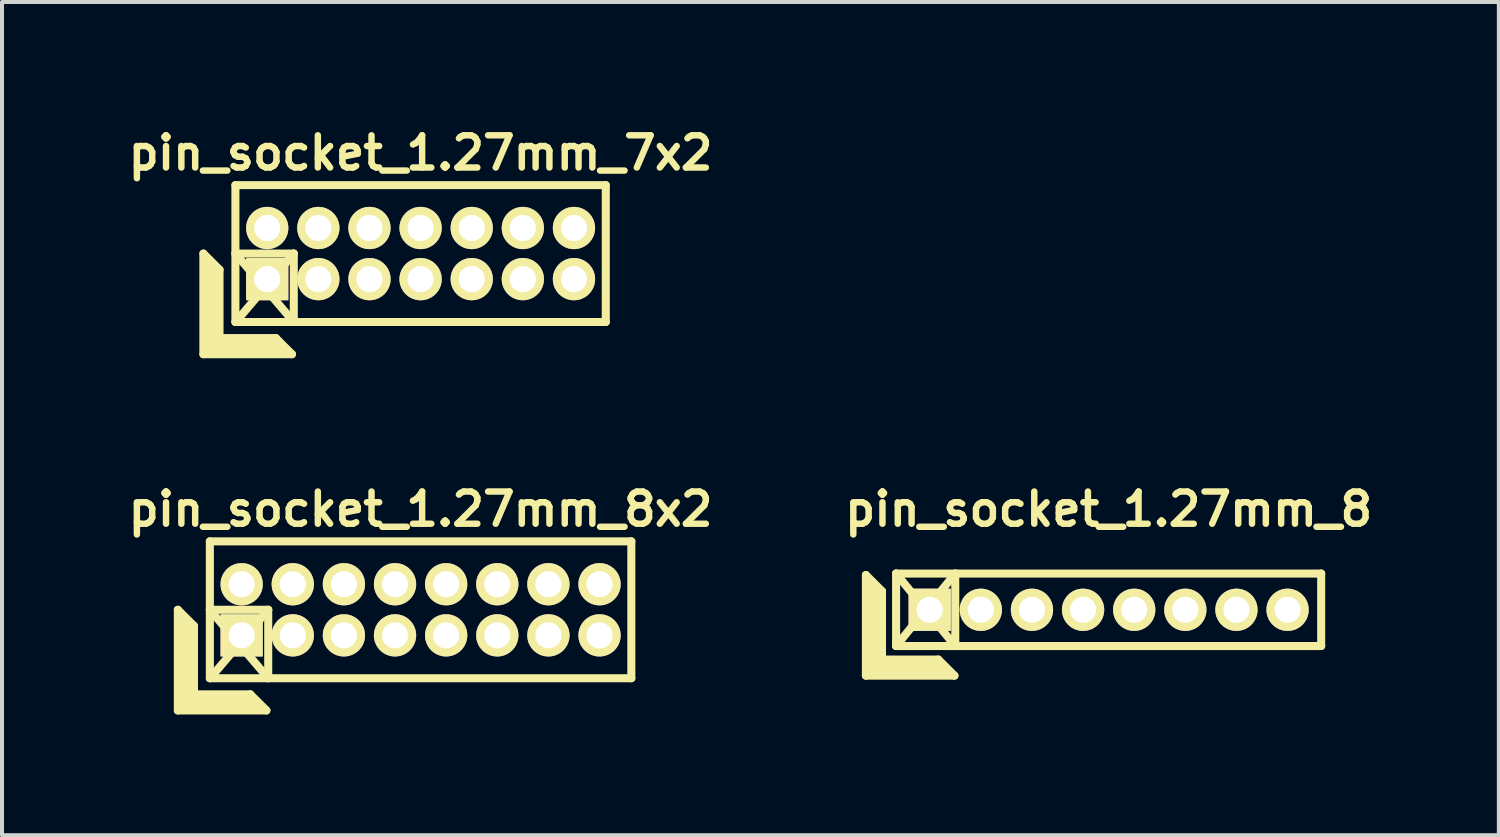
<source format=kicad_pcb>
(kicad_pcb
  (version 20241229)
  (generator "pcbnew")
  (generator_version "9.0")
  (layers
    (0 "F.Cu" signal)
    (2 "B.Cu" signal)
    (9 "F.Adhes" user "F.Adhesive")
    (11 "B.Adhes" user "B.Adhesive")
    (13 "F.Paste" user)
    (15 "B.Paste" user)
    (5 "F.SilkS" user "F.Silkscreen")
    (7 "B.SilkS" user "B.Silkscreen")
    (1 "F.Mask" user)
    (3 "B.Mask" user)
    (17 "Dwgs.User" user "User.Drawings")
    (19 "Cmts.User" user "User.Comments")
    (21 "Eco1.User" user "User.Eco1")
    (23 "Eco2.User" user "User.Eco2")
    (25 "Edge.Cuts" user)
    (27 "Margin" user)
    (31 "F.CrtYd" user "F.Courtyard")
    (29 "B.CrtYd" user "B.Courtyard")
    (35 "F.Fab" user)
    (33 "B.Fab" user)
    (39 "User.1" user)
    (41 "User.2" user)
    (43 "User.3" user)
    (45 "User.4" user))
  (footprint "pin_socket_1.27mm_8"
    (layer "F.Cu")
    (at 24.49 12.098)
    (property "Reference" "pin_socket_1.27mm_8" (at 0 -2.5 0) (layer "F.SilkS") (effects (font (size 0.8 0.8) (thickness 0.16))))
    (attr through_hole)
    (fp_line (start -6.03 -0.864) (end -6.03 1.636) (stroke (width 0.2) (type solid)) (layer "F.SilkS"))
    (fp_line (start -6.03 -0.864) (end -5.63 -0.464) (stroke (width 0.2) (type solid)) (layer "F.SilkS"))
    (fp_line (start -6.03 1.636) (end -3.83 1.636) (stroke (width 0.2) (type solid)) (layer "F.SilkS"))
    (fp_line (start -5.93 1.536) (end -5.93 -0.664) (stroke (width 0.2) (type solid)) (layer "F.SilkS"))
    (fp_line (start -5.93 1.536) (end -4.03 1.536) (stroke (width 0.2) (type solid)) (layer "F.SilkS"))
    (fp_line (start -5.83 1.436) (end -5.83 -0.564) (stroke (width 0.2) (type solid)) (layer "F.SilkS"))
    (fp_line (start -5.83 1.436) (end -4.13 1.436) (stroke (width 0.2) (type solid)) (layer "F.SilkS"))
    (fp_line (start -5.73 1.336) (end -5.73 -0.464) (stroke (width 0.2) (type solid)) (layer "F.SilkS"))
    (fp_line (start -5.73 1.336) (end -4.23 1.336) (stroke (width 0.2) (type solid)) (layer "F.SilkS"))
    (fp_line (start -5.63 1.236) (end -5.63 -0.464) (stroke (width 0.2) (type solid)) (layer "F.SilkS"))
    (fp_line (start -5.63 1.236) (end -4.23 1.236) (stroke (width 0.2) (type solid)) (layer "F.SilkS"))
    (fp_line (start -5.28 -0.9) (end -3.81 0.9) (stroke (width 0.2) (type solid)) (layer "F.SilkS"))
    (fp_line (start -5.28 -0.9) (end 5.28 -0.9) (stroke (width 0.2) (type solid)) (layer "F.SilkS"))
    (fp_line (start -5.28 0.9) (end -5.28 -0.9) (stroke (width 0.2) (type solid)) (layer "F.SilkS"))
    (fp_line (start -5.28 0.9) (end -3.81 -0.9) (stroke (width 0.2) (type solid)) (layer "F.SilkS"))
    (fp_line (start -4.23 1.236) (end -3.83 1.636) (stroke (width 0.2) (type solid)) (layer "F.SilkS"))
    (fp_line (start -3.81 -0.9) (end -3.81 0.9) (stroke (width 0.2) (type solid)) (layer "F.SilkS"))
    (fp_line (start 5.28 -0.9) (end 5.28 0.9) (stroke (width 0.2) (type solid)) (layer "F.SilkS"))
    (fp_line (start 5.28 0.9) (end -5.28 0.9) (stroke (width 0.2) (type solid)) (layer "F.SilkS"))
    (pad "1" thru_hole rect (at -4.445 0) (size 1.05 1.05) (drill 0.65) (layers "*.Cu" "*.Mask" "F.SilkS"))
    (pad "2" thru_hole oval (at -3.175 0) (size 1.05 1.05) (drill 0.65) (layers "*.Cu" "*.Mask" "F.SilkS"))
    (pad "3" thru_hole oval (at -1.905 0) (size 1.05 1.05) (drill 0.65) (layers "*.Cu" "*.Mask" "F.SilkS"))
    (pad "4" thru_hole oval (at -0.635 0) (size 1.05 1.05) (drill 0.65) (layers "*.Cu" "*.Mask" "F.SilkS"))
    (pad "5" thru_hole oval (at 0.635 0) (size 1.05 1.05) (drill 0.65) (layers "*.Cu" "*.Mask" "F.SilkS"))
    (pad "6" thru_hole oval (at 1.905 0) (size 1.05 1.05) (drill 0.65) (layers "*.Cu" "*.Mask" "F.SilkS"))
    (pad "7" thru_hole oval (at 3.175 0) (size 1.05 1.05) (drill 0.65) (layers "*.Cu" "*.Mask" "F.SilkS"))
    (pad "8" thru_hole oval (at 4.445 0) (size 1.05 1.05) (drill 0.65) (layers "*.Cu" "*.Mask" "F.SilkS")))
  (footprint "pin_socket_1.27mm_8x2"
    (layer "F.Cu")
    (at 7.398 12.098)
    (property "Reference" "pin_socket_1.27mm_8x2" (at 0 -2.5 0) (layer "F.SilkS") (effects (font (size 0.8 0.8) (thickness 0.16))))
    (attr through_hole)
    (fp_line (start -6.03 0) (end -6.03 2.5) (stroke (width 0.2) (type solid)) (layer "F.SilkS"))
    (fp_line (start -6.03 0) (end -5.63 0.4) (stroke (width 0.2) (type solid)) (layer "F.SilkS"))
    (fp_line (start -6.03 2.5) (end -3.83 2.5) (stroke (width 0.2) (type solid)) (layer "F.SilkS"))
    (fp_line (start -5.93 2.4) (end -5.93 0.2) (stroke (width 0.2) (type solid)) (layer "F.SilkS"))
    (fp_line (start -5.93 2.4) (end -4.03 2.4) (stroke (width 0.2) (type solid)) (layer "F.SilkS"))
    (fp_line (start -5.83 2.3) (end -5.83 0.3) (stroke (width 0.2) (type solid)) (layer "F.SilkS"))
    (fp_line (start -5.83 2.3) (end -4.13 2.3) (stroke (width 0.2) (type solid)) (layer "F.SilkS"))
    (fp_line (start -5.73 2.2) (end -5.73 0.4) (stroke (width 0.2) (type solid)) (layer "F.SilkS"))
    (fp_line (start -5.73 2.2) (end -4.23 2.2) (stroke (width 0.2) (type solid)) (layer "F.SilkS"))
    (fp_line (start -5.63 2.1) (end -5.63 0.4) (stroke (width 0.2) (type solid)) (layer "F.SilkS"))
    (fp_line (start -5.63 2.1) (end -4.23 2.1) (stroke (width 0.2) (type solid)) (layer "F.SilkS"))
    (fp_line (start -5.235 -1.7) (end 5.235 -1.7) (stroke (width 0.2) (type solid)) (layer "F.SilkS"))
    (fp_line (start -5.235 0) (end -3.785 0) (stroke (width 0.2) (type solid)) (layer "F.SilkS"))
    (fp_line (start -5.235 0) (end -3.785 1.7) (stroke (width 0.2) (type solid)) (layer "F.SilkS"))
    (fp_line (start -5.235 1.7) (end -5.235 -1.7) (stroke (width 0.2) (type solid)) (layer "F.SilkS"))
    (fp_line (start -4.23 2.1) (end -3.83 2.5) (stroke (width 0.2) (type solid)) (layer "F.SilkS"))
    (fp_line (start -3.785 0) (end -5.23 1.7) (stroke (width 0.2) (type solid)) (layer "F.SilkS"))
    (fp_line (start -3.785 0) (end -3.785 1.7) (stroke (width 0.2) (type solid)) (layer "F.SilkS"))
    (fp_line (start 5.235 -1.7) (end 5.235 1.7) (stroke (width 0.2) (type solid)) (layer "F.SilkS"))
    (fp_line (start 5.235 1.7) (end -5.235 1.7) (stroke (width 0.2) (type solid)) (layer "F.SilkS"))
    (pad "1" thru_hole rect (at -4.445 0.635) (size 1.05 1.05) (drill 0.65) (layers "*.Cu" "*.Mask" "F.SilkS"))
    (pad "2" thru_hole oval (at -4.445 -0.635) (size 1.05 1.05) (drill 0.65) (layers "*.Cu" "*.Mask" "F.SilkS"))
    (pad "3" thru_hole oval (at -3.175 0.635) (size 1.05 1.05) (drill 0.65) (layers "*.Cu" "*.Mask" "F.SilkS"))
    (pad "4" thru_hole oval (at -3.175 -0.635) (size 1.05 1.05) (drill 0.65) (layers "*.Cu" "*.Mask" "F.SilkS"))
    (pad "5" thru_hole oval (at -1.905 0.635) (size 1.05 1.05) (drill 0.65) (layers "*.Cu" "*.Mask" "F.SilkS"))
    (pad "6" thru_hole oval (at -1.905 -0.635) (size 1.05 1.05) (drill 0.65) (layers "*.Cu" "*.Mask" "F.SilkS"))
    (pad "7" thru_hole oval (at -0.635 0.635) (size 1.05 1.05) (drill 0.65) (layers "*.Cu" "*.Mask" "F.SilkS"))
    (pad "8" thru_hole oval (at -0.635 -0.635) (size 1.05 1.05) (drill 0.65) (layers "*.Cu" "*.Mask" "F.SilkS"))
    (pad "9" thru_hole oval (at 0.635 0.635) (size 1.05 1.05) (drill 0.65) (layers "*.Cu" "*.Mask" "F.SilkS"))
    (pad "10" thru_hole oval (at 0.635 -0.635) (size 1.05 1.05) (drill 0.65) (layers "*.Cu" "*.Mask" "F.SilkS"))
    (pad "11" thru_hole oval (at 1.905 0.635) (size 1.05 1.05) (drill 0.65) (layers "*.Cu" "*.Mask" "F.SilkS"))
    (pad "12" thru_hole oval (at 1.905 -0.635) (size 1.05 1.05) (drill 0.65) (layers "*.Cu" "*.Mask" "F.SilkS"))
    (pad "13" thru_hole oval (at 3.175 0.635) (size 1.05 1.05) (drill 0.65) (layers "*.Cu" "*.Mask" "F.SilkS"))
    (pad "14" thru_hole oval (at 3.175 -0.635) (size 1.05 1.05) (drill 0.65) (layers "*.Cu" "*.Mask" "F.SilkS"))
    (pad "15" thru_hole oval (at 4.445 0.635) (size 1.05 1.05) (drill 0.65) (layers "*.Cu" "*.Mask" "F.SilkS"))
    (pad "16" thru_hole oval (at 4.445 -0.635) (size 1.05 1.05) (drill 0.65) (layers "*.Cu" "*.Mask" "F.SilkS")))
  (footprint "pin_socket_1.27mm_7x2"
    (layer "F.Cu")
    (at 7.398 3.249)
    (property "Reference" "pin_socket_1.27mm_7x2" (at 0 -2.5 0) (layer "F.SilkS") (effects (font (size 0.8 0.8) (thickness 0.16))))
    (attr through_hole)
    (fp_line (start -5.395 0) (end -5.395 2.5) (stroke (width 0.2) (type solid)) (layer "F.SilkS"))
    (fp_line (start -5.395 0) (end -4.995 0.4) (stroke (width 0.2) (type solid)) (layer "F.SilkS"))
    (fp_line (start -5.395 2.5) (end -3.195 2.5) (stroke (width 0.2) (type solid)) (layer "F.SilkS"))
    (fp_line (start -5.295 2.4) (end -5.295 0.2) (stroke (width 0.2) (type solid)) (layer "F.SilkS"))
    (fp_line (start -5.295 2.4) (end -3.395 2.4) (stroke (width 0.2) (type solid)) (layer "F.SilkS"))
    (fp_line (start -5.195 2.3) (end -5.195 0.3) (stroke (width 0.2) (type solid)) (layer "F.SilkS"))
    (fp_line (start -5.195 2.3) (end -3.495 2.3) (stroke (width 0.2) (type solid)) (layer "F.SilkS"))
    (fp_line (start -5.095 2.2) (end -5.095 0.4) (stroke (width 0.2) (type solid)) (layer "F.SilkS"))
    (fp_line (start -5.095 2.2) (end -3.595 2.2) (stroke (width 0.2) (type solid)) (layer "F.SilkS"))
    (fp_line (start -4.995 2.1) (end -4.995 0.4) (stroke (width 0.2) (type solid)) (layer "F.SilkS"))
    (fp_line (start -4.995 2.1) (end -3.595 2.1) (stroke (width 0.2) (type solid)) (layer "F.SilkS"))
    (fp_line (start -4.6 -1.7) (end 4.6 -1.7) (stroke (width 0.2) (type solid)) (layer "F.SilkS"))
    (fp_line (start -4.6 0) (end -3.15 0) (stroke (width 0.2) (type solid)) (layer "F.SilkS"))
    (fp_line (start -4.6 0) (end -3.15 1.7) (stroke (width 0.2) (type solid)) (layer "F.SilkS"))
    (fp_line (start -4.6 1.7) (end -4.6 -1.7) (stroke (width 0.2) (type solid)) (layer "F.SilkS"))
    (fp_line (start -3.595 2.1) (end -3.195 2.5) (stroke (width 0.2) (type solid)) (layer "F.SilkS"))
    (fp_line (start -3.15 0) (end -4.595 1.7) (stroke (width 0.2) (type solid)) (layer "F.SilkS"))
    (fp_line (start -3.15 0) (end -3.15 1.7) (stroke (width 0.2) (type solid)) (layer "F.SilkS"))
    (fp_line (start 4.6 -1.7) (end 4.6 1.7) (stroke (width 0.2) (type solid)) (layer "F.SilkS"))
    (fp_line (start 4.6 1.7) (end -4.6 1.7) (stroke (width 0.2) (type solid)) (layer "F.SilkS"))
    (pad "1" thru_hole rect (at -3.81 0.635) (size 1.05 1.05) (drill 0.65) (layers "*.Cu" "*.Mask" "F.SilkS"))
    (pad "2" thru_hole oval (at -3.81 -0.635) (size 1.05 1.05) (drill 0.65) (layers "*.Cu" "*.Mask" "F.SilkS"))
    (pad "3" thru_hole oval (at -2.54 0.635) (size 1.05 1.05) (drill 0.65) (layers "*.Cu" "*.Mask" "F.SilkS"))
    (pad "4" thru_hole oval (at -2.54 -0.635) (size 1.05 1.05) (drill 0.65) (layers "*.Cu" "*.Mask" "F.SilkS"))
    (pad "5" thru_hole oval (at -1.27 0.635) (size 1.05 1.05) (drill 0.65) (layers "*.Cu" "*.Mask" "F.SilkS"))
    (pad "6" thru_hole oval (at -1.27 -0.635) (size 1.05 1.05) (drill 0.65) (layers "*.Cu" "*.Mask" "F.SilkS"))
    (pad "7" thru_hole oval (at 0 0.635) (size 1.05 1.05) (drill 0.65) (layers "*.Cu" "*.Mask" "F.SilkS"))
    (pad "8" thru_hole oval (at 0 -0.635) (size 1.05 1.05) (drill 0.65) (layers "*.Cu" "*.Mask" "F.SilkS"))
    (pad "9" thru_hole oval (at 1.27 0.635) (size 1.05 1.05) (drill 0.65) (layers "*.Cu" "*.Mask" "F.SilkS"))
    (pad "10" thru_hole oval (at 1.27 -0.635) (size 1.05 1.05) (drill 0.65) (layers "*.Cu" "*.Mask" "F.SilkS"))
    (pad "11" thru_hole oval (at 2.54 0.635) (size 1.05 1.05) (drill 0.65) (layers "*.Cu" "*.Mask" "F.SilkS"))
    (pad "12" thru_hole oval (at 2.54 -0.635) (size 1.05 1.05) (drill 0.65) (layers "*.Cu" "*.Mask" "F.SilkS"))
    (pad "13" thru_hole oval (at 3.81 0.635) (size 1.05 1.05) (drill 0.65) (layers "*.Cu" "*.Mask" "F.SilkS"))
    (pad "14" thru_hole oval (at 3.81 -0.635) (size 1.05 1.05) (drill 0.65) (layers "*.Cu" "*.Mask" "F.SilkS")))
  (gr_rect
    (start -3 -3)
    (end 34.183 17.698)
    (stroke (width 0.1) (type default))
    (fill no)
    (layer "Edge.Cuts")))
</source>
